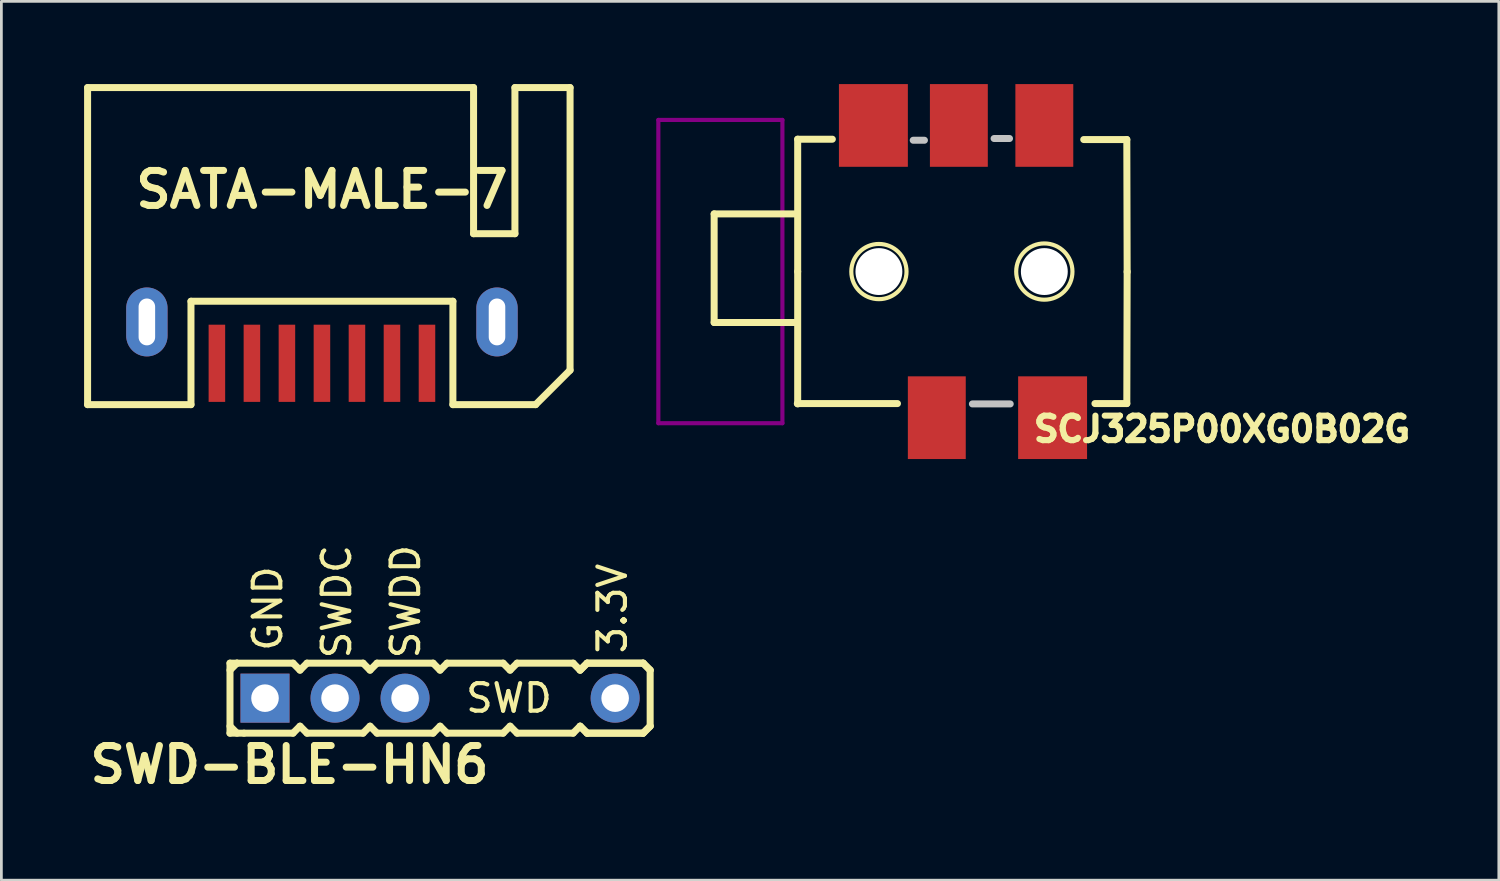
<source format=kicad_pcb>
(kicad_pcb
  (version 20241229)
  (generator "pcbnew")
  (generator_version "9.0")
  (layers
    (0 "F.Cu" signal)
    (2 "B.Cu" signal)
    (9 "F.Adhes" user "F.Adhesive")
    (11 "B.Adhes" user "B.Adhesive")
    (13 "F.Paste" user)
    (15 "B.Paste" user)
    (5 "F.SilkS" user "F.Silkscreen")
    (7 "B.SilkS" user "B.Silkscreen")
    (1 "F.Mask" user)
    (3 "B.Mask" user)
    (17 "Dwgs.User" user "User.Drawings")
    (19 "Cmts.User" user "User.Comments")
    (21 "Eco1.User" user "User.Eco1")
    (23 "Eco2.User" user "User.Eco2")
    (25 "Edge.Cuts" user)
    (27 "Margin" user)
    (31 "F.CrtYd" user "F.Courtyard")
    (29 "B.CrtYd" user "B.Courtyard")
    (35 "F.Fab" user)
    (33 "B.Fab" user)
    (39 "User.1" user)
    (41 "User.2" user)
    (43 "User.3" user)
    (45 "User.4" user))
  (footprint "SWD-BLE-HN6"
    (layer "F.Cu")
    (at 12.912 22.273)
    (property "Reference" "SWD-BLE-HN6" (at -5.461 2.413 0) (layer "F.SilkS") (effects (font (size 1.27 1.27) (thickness 0.254))))
    (attr through_hole)
    (fp_line (start -7.62 -1.27) (end -7.62 1.27) (stroke (width 0.254) (type solid)) (layer "F.SilkS"))
    (fp_line (start -7.62 -1.27) (end -7.366 -1.27) (stroke (width 0.254) (type solid)) (layer "F.SilkS"))
    (fp_line (start -7.62 -1.016) (end -7.366 -1.27) (stroke (width 0.254) (type solid)) (layer "F.SilkS"))
    (fp_line (start -7.366 -1.27) (end -5.334 -1.27) (stroke (width 0.254) (type solid)) (layer "F.SilkS"))
    (fp_line (start -7.366 1.27) (end -7.62 1.016) (stroke (width 0.254) (type solid)) (layer "F.SilkS"))
    (fp_line (start -7.112 1.27) (end -7.62 1.27) (stroke (width 0.254) (type solid)) (layer "F.SilkS"))
    (fp_line (start -5.334 -1.27) (end -5.08 -1.016) (stroke (width 0.254) (type solid)) (layer "F.SilkS"))
    (fp_line (start -5.334 1.27) (end -7.112 1.27) (stroke (width 0.254) (type solid)) (layer "F.SilkS"))
    (fp_line (start -5.08 -1.016) (end -4.826 -1.27) (stroke (width 0.254) (type solid)) (layer "F.SilkS"))
    (fp_line (start -5.08 1.016) (end -5.334 1.27) (stroke (width 0.254) (type solid)) (layer "F.SilkS"))
    (fp_line (start -4.826 -1.27) (end -2.794 -1.27) (stroke (width 0.254) (type solid)) (layer "F.SilkS"))
    (fp_line (start -4.826 1.27) (end -5.08 1.016) (stroke (width 0.254) (type solid)) (layer "F.SilkS"))
    (fp_line (start -2.794 -1.27) (end -2.54 -1.016) (stroke (width 0.254) (type solid)) (layer "F.SilkS"))
    (fp_line (start -2.794 1.27) (end -4.826 1.27) (stroke (width 0.254) (type solid)) (layer "F.SilkS"))
    (fp_line (start -2.794 1.27) (end -2.54 1.016) (stroke (width 0.254) (type solid)) (layer "F.SilkS"))
    (fp_line (start -2.54 -1.016) (end -2.286 -1.27) (stroke (width 0.254) (type solid)) (layer "F.SilkS"))
    (fp_line (start -2.54 1.016) (end -2.286 1.27) (stroke (width 0.254) (type solid)) (layer "F.SilkS"))
    (fp_line (start -2.286 -1.27) (end -0.254 -1.27) (stroke (width 0.254) (type solid)) (layer "F.SilkS"))
    (fp_line (start -0.254 -1.27) (end 0 -1.016) (stroke (width 0.254) (type solid)) (layer "F.SilkS"))
    (fp_line (start -0.254 1.27) (end -2.286 1.27) (stroke (width 0.254) (type solid)) (layer "F.SilkS"))
    (fp_line (start 0 -1.016) (end 0.254 -1.27) (stroke (width 0.254) (type solid)) (layer "F.SilkS"))
    (fp_line (start 0 1.016) (end -0.254 1.27) (stroke (width 0.254) (type solid)) (layer "F.SilkS"))
    (fp_line (start 0.254 -1.27) (end 2.286 -1.27) (stroke (width 0.254) (type solid)) (layer "F.SilkS"))
    (fp_line (start 0.254 1.27) (end 0 1.016) (stroke (width 0.254) (type solid)) (layer "F.SilkS"))
    (fp_line (start 2.286 -1.27) (end 2.54 -1.016) (stroke (width 0.254) (type solid)) (layer "F.SilkS"))
    (fp_line (start 2.286 1.27) (end 0.254 1.27) (stroke (width 0.254) (type solid)) (layer "F.SilkS"))
    (fp_line (start 2.54 -1.016) (end 2.794 -1.27) (stroke (width 0.254) (type solid)) (layer "F.SilkS"))
    (fp_line (start 2.54 1.016) (end 2.286 1.27) (stroke (width 0.254) (type solid)) (layer "F.SilkS"))
    (fp_line (start 2.794 -1.27) (end 4.826 -1.27) (stroke (width 0.254) (type solid)) (layer "F.SilkS"))
    (fp_line (start 2.794 1.27) (end 2.54 1.016) (stroke (width 0.254) (type solid)) (layer "F.SilkS"))
    (fp_line (start 4.826 -1.27) (end 5.08 -1.016) (stroke (width 0.254) (type solid)) (layer "F.SilkS"))
    (fp_line (start 4.826 1.27) (end 2.794 1.27) (stroke (width 0.254) (type solid)) (layer "F.SilkS"))
    (fp_line (start 5.08 -1.016) (end 5.334 -1.27) (stroke (width 0.254) (type solid)) (layer "F.SilkS"))
    (fp_line (start 5.08 -1.016) (end 5.334 -1.27) (stroke (width 0.254) (type solid)) (layer "F.SilkS"))
    (fp_line (start 5.08 1.016) (end 4.826 1.27) (stroke (width 0.254) (type solid)) (layer "F.SilkS"))
    (fp_line (start 5.334 -1.27) (end 7.366 -1.27) (stroke (width 0.254) (type solid)) (layer "F.SilkS"))
    (fp_line (start 5.334 -1.27) (end 7.366 -1.27) (stroke (width 0.254) (type solid)) (layer "F.SilkS"))
    (fp_line (start 5.334 1.27) (end 5.08 1.016) (stroke (width 0.254) (type solid)) (layer "F.SilkS"))
    (fp_line (start 5.334 1.27) (end 5.08 1.016) (stroke (width 0.254) (type solid)) (layer "F.SilkS"))
    (fp_line (start 7.366 -1.27) (end 7.62 -1.016) (stroke (width 0.254) (type solid)) (layer "F.SilkS"))
    (fp_line (start 7.366 -1.27) (end 7.62 -1.016) (stroke (width 0.254) (type solid)) (layer "F.SilkS"))
    (fp_line (start 7.366 1.27) (end 5.334 1.27) (stroke (width 0.254) (type solid)) (layer "F.SilkS"))
    (fp_line (start 7.366 1.27) (end 5.334 1.27) (stroke (width 0.254) (type solid)) (layer "F.SilkS"))
    (fp_line (start 7.62 -1.016) (end 7.62 1.016) (stroke (width 0.254) (type solid)) (layer "F.SilkS"))
    (fp_line (start 7.62 1.016) (end 7.366 1.27) (stroke (width 0.254) (type solid)) (layer "F.SilkS"))
    (fp_line (start 7.62 1.016) (end 7.366 1.27) (stroke (width 0.254) (type solid)) (layer "F.SilkS"))
    (fp_text user "SWD" (at 2.5 0 0) (layer "F.SilkS") (effects (font (size 1 1) (thickness 0.15))))
    (fp_text user "SWDC" (at -3.75 -3.5 90) (layer "F.SilkS") (effects (font (size 1 1) (thickness 0.15))))
    (fp_text user "SWDD" (at -1.25 -3.5 90) (layer "F.SilkS") (effects (font (size 1 1) (thickness 0.15))))
    (fp_text user "3.3V" (at 6.25 -3.25 90) (layer "F.SilkS") (effects (font (size 1 1) (thickness 0.15))))
    (fp_text user "GND" (at -6.25 -3.25 90) (layer "F.SilkS") (effects (font (size 1 1) (thickness 0.15))))
    (pad "1" thru_hole rect (at -6.35 0) (size 1.778 1.778) (drill 1) (layers "*.Cu" "*.Mask"))
    (pad "2" thru_hole circle (at -3.81 0) (size 1.778 1.778) (drill 1) (layers "*.Cu" "*.Mask"))
    (pad "3" thru_hole circle (at -1.27 0) (size 1.778 1.778) (drill 1) (layers "*.Cu" "*.Mask"))
    (pad "6" thru_hole circle (at 6.35 0) (size 1.778 1.778) (drill 1) (layers "*.Cu" "*.Mask")))
  (footprint "SCJ325P00XG0B02G"
    (layer "F.Cu")
    (at 28.829 6.8)
    (property "Reference" "SCJ325P00XG0B02G" (at 12.446 5.715 0) (layer "F.SilkS") (effects (font (size 0.889 0.889) (thickness 0.222))))
    (attr smd)
    (fp_line (start -5.976 -2.092) (end -5.976 1.848) (stroke (width 0.254) (type solid)) (layer "F.SilkS"))
    (fp_line (start -5.976 1.848) (end -2.966 1.848) (stroke (width 0.254) (type solid)) (layer "F.SilkS"))
    (fp_line (start -2.966 -2.092) (end -5.976 -2.092) (stroke (width 0.254) (type solid)) (layer "F.SilkS"))
    (fp_line (start -2.959 4.788) (end 0.673 4.788) (stroke (width 0.254) (type solid)) (layer "F.SilkS"))
    (fp_line (start -2.946 -4.801) (end -1.689 -4.801) (stroke (width 0.254) (type solid)) (layer "F.SilkS"))
    (fp_line (start -2.946 0) (end -2.946 -4.801) (stroke (width 0.254) (type solid)) (layer "F.SilkS"))
    (fp_line (start -2.946 0) (end -2.946 4.801) (stroke (width 0.254) (type solid)) (layer "F.SilkS"))
    (fp_line (start 8.992 -4.788) (end 7.429 -4.788) (stroke (width 0.254) (type solid)) (layer "F.SilkS"))
    (fp_line (start 8.992 4.788) (end 7.836 4.788) (stroke (width 0.254) (type solid)) (layer "F.SilkS"))
    (fp_line (start 9.004 0) (end 8.992 4.788) (stroke (width 0.254) (type solid)) (layer "F.SilkS"))
    (fp_line (start 9.004 0.013) (end 8.992 -4.788) (stroke (width 0.254) (type solid)) (layer "F.SilkS"))
    (fp_circle (center 0 0) (end 1 -0.05) (stroke (width 0.15) (type solid)) (fill no) (layer "F.SilkS"))
    (fp_circle (center 6 0) (end 7.019 0.05) (stroke (width 0.15) (type solid)) (fill no) (layer "F.SilkS"))
    (fp_line (start -8 -5.5) (end -8 5.5) (stroke (width 0.15) (type solid)) (layer "F.Adhes"))
    (fp_line (start -8 5.5) (end -3.5 5.5) (stroke (width 0.15) (type solid)) (layer "F.Adhes"))
    (fp_line (start -3.5 -5.5) (end -8 -5.5) (stroke (width 0.15) (type solid)) (layer "F.Adhes"))
    (fp_line (start -3.5 5.5) (end -3.5 -5.5) (stroke (width 0.15) (type solid)) (layer "F.Adhes"))
    (fp_line (start 1.245 -4.763) (end 1.651 -4.763) (stroke (width 0.254) (type solid)) (layer "Dwgs.User"))
    (fp_line (start 3.391 4.801) (end 4.763 4.801) (stroke (width 0.254) (type solid)) (layer "Dwgs.User"))
    (fp_line (start 4.178 -4.826) (end 4.737 -4.826) (stroke (width 0.254) (type solid)) (layer "Dwgs.User"))
    (pad "" np_thru_hole circle (at 0 0) (size 1.7 1.7) (drill 1.7) (layers "*.Cu" "*.Mask"))
    (pad "" np_thru_hole circle (at 6 0) (size 1.7 1.7) (drill 1.7) (layers "*.Cu" "*.Mask"))
    (pad "1" smd rect (at 6.3 5.3) (size 2.5 3) (layers "F.Cu" "F.Mask" "F.Paste"))
    (pad "2" smd rect (at -0.2 -5.3) (size 2.5 3) (layers "F.Cu" "F.Mask" "F.Paste"))
    (pad "3" smd rect (at 6 -5.3) (size 2.1 3) (layers "F.Cu" "F.Mask" "F.Paste"))
    (pad "4" smd rect (at 2.9 -5.3) (size 2.1 3) (layers "F.Cu" "F.Mask" "F.Paste"))
    (pad "5" smd rect (at 2.1 5.3) (size 2.1 3) (layers "F.Cu" "F.Mask" "F.Paste")))
  (footprint "SATA-MALE-7"
    (layer "F.Cu")
    (at 8.627 8.627)
    (property "Reference" "SATA-MALE-7" (at 0 -4.8 0) (layer "F.SilkS") (effects (font (size 1.27 1.27) (thickness 0.254))))
    (attr smd)
    (fp_line (start -8.5 -8.5) (end -8.5 3) (stroke (width 0.254) (type solid)) (layer "F.SilkS"))
    (fp_line (start -8.5 3) (end -4.75 3) (stroke (width 0.254) (type solid)) (layer "F.SilkS"))
    (fp_line (start -4.75 -0.75) (end 4.75 -0.75) (stroke (width 0.254) (type solid)) (layer "F.SilkS"))
    (fp_line (start -4.75 3) (end -4.75 -0.75) (stroke (width 0.254) (type solid)) (layer "F.SilkS"))
    (fp_line (start 4.75 -0.75) (end 4.75 3) (stroke (width 0.254) (type solid)) (layer "F.SilkS"))
    (fp_line (start 4.75 3) (end 7.75 3) (stroke (width 0.254) (type solid)) (layer "F.SilkS"))
    (fp_line (start 5.5 -8.5) (end -8.5 -8.5) (stroke (width 0.254) (type solid)) (layer "F.SilkS"))
    (fp_line (start 5.5 -3.2) (end 5.5 -8.5) (stroke (width 0.254) (type solid)) (layer "F.SilkS"))
    (fp_line (start 7 -8.5) (end 7 -3.2) (stroke (width 0.254) (type solid)) (layer "F.SilkS"))
    (fp_line (start 7 -3.2) (end 5.5 -3.2) (stroke (width 0.254) (type solid)) (layer "F.SilkS"))
    (fp_line (start 7.75 3) (end 9 1.75) (stroke (width 0.254) (type solid)) (layer "F.SilkS"))
    (fp_line (start 9 -8.5) (end 7 -8.5) (stroke (width 0.254) (type solid)) (layer "F.SilkS"))
    (fp_line (start 9 1.75) (end 9 -8.5) (stroke (width 0.254) (type solid)) (layer "F.SilkS"))
    (pad "0" thru_hole oval (at -6.35 0) (size 1.5 2.5) (drill oval 0.6 1.7) (layers "*.Cu" "*.Mask" "F.Paste"))
    (pad "0" thru_hole oval (at 6.35 0) (size 1.5 2.5) (drill oval 0.6 1.7) (layers "*.Cu" "*.Mask" "F.Paste"))
    (pad "1" smd rect (at -3.81 1.5) (size 0.6 2.8) (layers "F.Cu" "F.Mask" "F.Paste"))
    (pad "2" smd rect (at -2.54 1.5) (size 0.6 2.8) (layers "F.Cu" "F.Mask" "F.Paste"))
    (pad "3" smd rect (at -1.27 1.5) (size 0.6 2.8) (layers "F.Cu" "F.Mask" "F.Paste"))
    (pad "4" smd rect (at 0 1.5) (size 0.6 2.8) (layers "F.Cu" "F.Mask" "F.Paste"))
    (pad "5" smd rect (at 1.27 1.5) (size 0.6 2.8) (layers "F.Cu" "F.Mask" "F.Paste"))
    (pad "6" smd rect (at 2.54 1.5) (size 0.6 2.8) (layers "F.Cu" "F.Mask" "F.Paste"))
    (pad "7" smd rect (at 3.81 1.5) (size 0.6 2.8) (layers "F.Cu" "F.Mask" "F.Paste")))
  (gr_rect
    (start -3 -3)
    (end 51.314 28.874)
    (stroke (width 0.1) (type default))
    (fill no)
    (layer "Edge.Cuts")))
</source>
